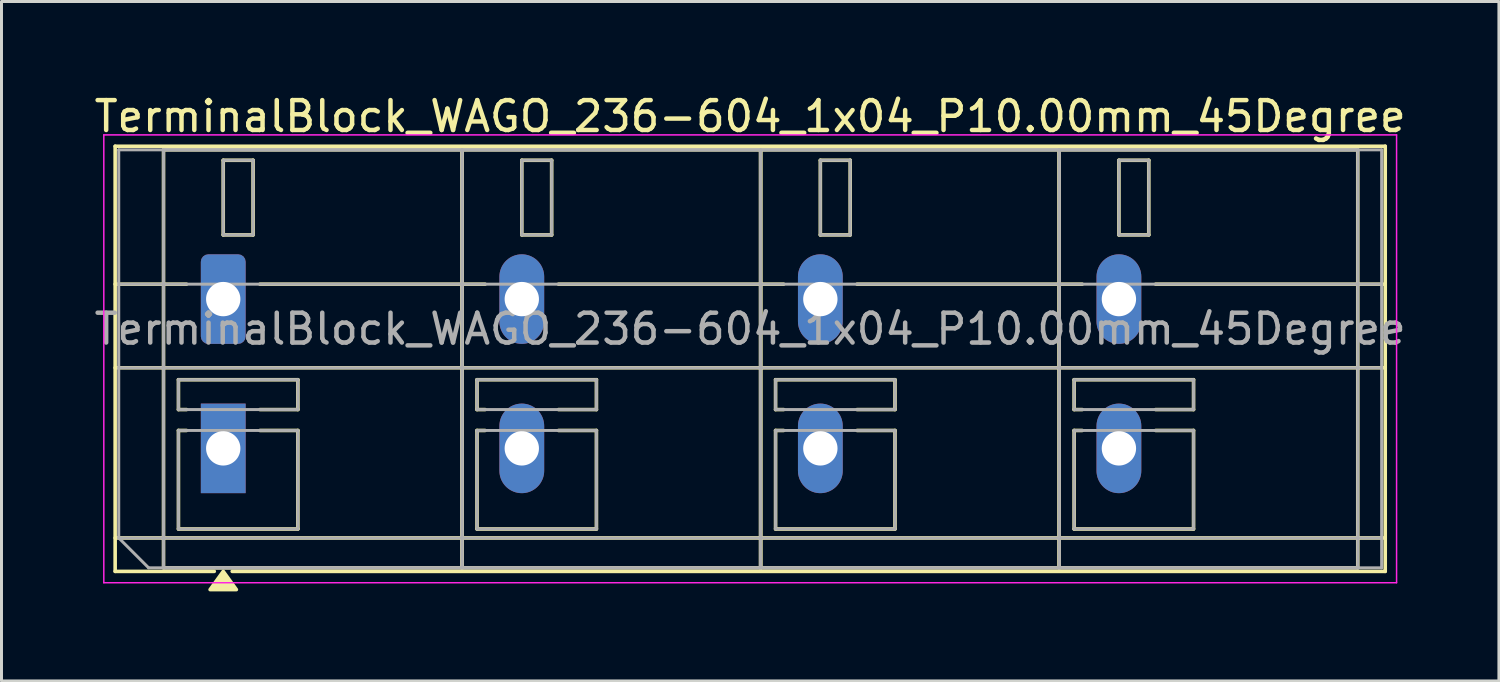
<source format=kicad_pcb>
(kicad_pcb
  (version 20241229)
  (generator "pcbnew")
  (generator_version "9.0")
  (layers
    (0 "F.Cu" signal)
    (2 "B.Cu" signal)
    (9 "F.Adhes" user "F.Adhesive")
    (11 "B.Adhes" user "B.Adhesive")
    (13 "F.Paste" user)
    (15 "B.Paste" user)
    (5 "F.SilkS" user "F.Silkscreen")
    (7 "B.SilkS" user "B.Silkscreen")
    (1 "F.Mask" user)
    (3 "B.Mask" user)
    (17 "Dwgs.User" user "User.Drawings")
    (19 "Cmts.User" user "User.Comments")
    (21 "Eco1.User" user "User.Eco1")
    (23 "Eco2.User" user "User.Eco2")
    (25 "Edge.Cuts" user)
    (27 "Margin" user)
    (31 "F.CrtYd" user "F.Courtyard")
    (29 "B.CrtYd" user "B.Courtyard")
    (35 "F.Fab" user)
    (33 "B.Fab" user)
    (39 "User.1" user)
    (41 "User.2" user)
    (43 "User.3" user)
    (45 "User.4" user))
  (footprint "TerminalBlock_WAGO_236-604_1x04_P10.00mm_45Degree"
    (layer "F.Cu")
    (at 4.427 6.968)
    (property "Reference" "TerminalBlock_WAGO_236-604_1x04_P10.00mm_45Degree" (at 17.65 -6.12 0) (layer "F.SilkS") (effects (font (size 1 1) (thickness 0.15))))
    (attr through_hole)
    (fp_line (start -3.62 -5.12) (end -3.62 9.12) (stroke (width 0.12) (type solid)) (layer "F.SilkS"))
    (fp_line (start -3.62 -5.12) (end 38.92 -5.12) (stroke (width 0.12) (type solid)) (layer "F.SilkS"))
    (fp_line (start -3.62 -0.5) (end -1.23 -0.5) (stroke (width 0.12) (type solid)) (layer "F.SilkS"))
    (fp_line (start -3.62 2.3) (end 38.92 2.3) (stroke (width 0.12) (type solid)) (layer "F.SilkS"))
    (fp_line (start -3.62 8) (end 38.92 8) (stroke (width 0.12) (type solid)) (layer "F.SilkS"))
    (fp_line (start -3.62 9.12) (end -0.3 9.12) (stroke (width 0.12) (type solid)) (layer "F.SilkS"))
    (fp_line (start -2 -5) (end -2 9) (stroke (width 0.12) (type solid)) (layer "F.SilkS"))
    (fp_line (start -2 -5) (end 8 -5) (stroke (width 0.12) (type solid)) (layer "F.SilkS"))
    (fp_line (start -2 9) (end 8 9) (stroke (width 0.12) (type solid)) (layer "F.SilkS"))
    (fp_line (start -1.5 2.7) (end -1.5 3.7) (stroke (width 0.12) (type solid)) (layer "F.SilkS"))
    (fp_line (start -1.5 2.7) (end 2.5 2.7) (stroke (width 0.12) (type solid)) (layer "F.SilkS"))
    (fp_line (start -1.5 3.7) (end -1.23 3.7) (stroke (width 0.12) (type solid)) (layer "F.SilkS"))
    (fp_line (start -1.5 4.4) (end -1.5 7.7) (stroke (width 0.12) (type solid)) (layer "F.SilkS"))
    (fp_line (start -1.5 4.4) (end -1.23 4.4) (stroke (width 0.12) (type solid)) (layer "F.SilkS"))
    (fp_line (start -1.5 7.7) (end 2.5 7.7) (stroke (width 0.12) (type solid)) (layer "F.SilkS"))
    (fp_line (start 0 -4.65) (end 0 -2.15) (stroke (width 0.12) (type solid)) (layer "F.SilkS"))
    (fp_line (start 0 -4.65) (end 1 -4.65) (stroke (width 0.12) (type solid)) (layer "F.SilkS"))
    (fp_line (start 0 -2.15) (end 1 -2.15) (stroke (width 0.12) (type solid)) (layer "F.SilkS"))
    (fp_line (start 0.3 9.12) (end 38.92 9.12) (stroke (width 0.12) (type solid)) (layer "F.SilkS"))
    (fp_line (start 1 -4.65) (end 1 -2.15) (stroke (width 0.12) (type solid)) (layer "F.SilkS"))
    (fp_line (start 1.23 -0.5) (end 8.77 -0.5) (stroke (width 0.12) (type solid)) (layer "F.SilkS"))
    (fp_line (start 1.23 3.7) (end 2.5 3.7) (stroke (width 0.12) (type solid)) (layer "F.SilkS"))
    (fp_line (start 1.23 4.4) (end 2.5 4.4) (stroke (width 0.12) (type solid)) (layer "F.SilkS"))
    (fp_line (start 2.5 2.7) (end 2.5 3.7) (stroke (width 0.12) (type solid)) (layer "F.SilkS"))
    (fp_line (start 2.5 4.4) (end 2.5 7.7) (stroke (width 0.12) (type solid)) (layer "F.SilkS"))
    (fp_line (start 8 -5) (end 8 9) (stroke (width 0.12) (type solid)) (layer "F.SilkS"))
    (fp_line (start 8 -5) (end 8 9) (stroke (width 0.12) (type solid)) (layer "F.SilkS"))
    (fp_line (start 8 -5) (end 18 -5) (stroke (width 0.12) (type solid)) (layer "F.SilkS"))
    (fp_line (start 8 9) (end 18 9) (stroke (width 0.12) (type solid)) (layer "F.SilkS"))
    (fp_line (start 8.5 2.7) (end 8.5 3.7) (stroke (width 0.12) (type solid)) (layer "F.SilkS"))
    (fp_line (start 8.5 2.7) (end 12.5 2.7) (stroke (width 0.12) (type solid)) (layer "F.SilkS"))
    (fp_line (start 8.5 3.7) (end 8.77 3.7) (stroke (width 0.12) (type solid)) (layer "F.SilkS"))
    (fp_line (start 8.5 4.4) (end 8.5 7.7) (stroke (width 0.12) (type solid)) (layer "F.SilkS"))
    (fp_line (start 8.5 4.4) (end 8.77 4.4) (stroke (width 0.12) (type solid)) (layer "F.SilkS"))
    (fp_line (start 8.5 7.7) (end 12.5 7.7) (stroke (width 0.12) (type solid)) (layer "F.SilkS"))
    (fp_line (start 10 -4.65) (end 10 -2.15) (stroke (width 0.12) (type solid)) (layer "F.SilkS"))
    (fp_line (start 10 -4.65) (end 11 -4.65) (stroke (width 0.12) (type solid)) (layer "F.SilkS"))
    (fp_line (start 10 -2.15) (end 11 -2.15) (stroke (width 0.12) (type solid)) (layer "F.SilkS"))
    (fp_line (start 11 -4.65) (end 11 -2.15) (stroke (width 0.12) (type solid)) (layer "F.SilkS"))
    (fp_line (start 11.23 -0.5) (end 18.77 -0.5) (stroke (width 0.12) (type solid)) (layer "F.SilkS"))
    (fp_line (start 11.23 3.7) (end 12.5 3.7) (stroke (width 0.12) (type solid)) (layer "F.SilkS"))
    (fp_line (start 11.23 4.4) (end 12.5 4.4) (stroke (width 0.12) (type solid)) (layer "F.SilkS"))
    (fp_line (start 12.5 2.7) (end 12.5 3.7) (stroke (width 0.12) (type solid)) (layer "F.SilkS"))
    (fp_line (start 12.5 4.4) (end 12.5 7.7) (stroke (width 0.12) (type solid)) (layer "F.SilkS"))
    (fp_line (start 18 -5) (end 18 9) (stroke (width 0.12) (type solid)) (layer "F.SilkS"))
    (fp_line (start 18 -5) (end 18 9) (stroke (width 0.12) (type solid)) (layer "F.SilkS"))
    (fp_line (start 18 -5) (end 28 -5) (stroke (width 0.12) (type solid)) (layer "F.SilkS"))
    (fp_line (start 18 9) (end 28 9) (stroke (width 0.12) (type solid)) (layer "F.SilkS"))
    (fp_line (start 18.5 2.7) (end 18.5 3.7) (stroke (width 0.12) (type solid)) (layer "F.SilkS"))
    (fp_line (start 18.5 2.7) (end 22.5 2.7) (stroke (width 0.12) (type solid)) (layer "F.SilkS"))
    (fp_line (start 18.5 3.7) (end 18.77 3.7) (stroke (width 0.12) (type solid)) (layer "F.SilkS"))
    (fp_line (start 18.5 4.4) (end 18.5 7.7) (stroke (width 0.12) (type solid)) (layer "F.SilkS"))
    (fp_line (start 18.5 4.4) (end 18.77 4.4) (stroke (width 0.12) (type solid)) (layer "F.SilkS"))
    (fp_line (start 18.5 7.7) (end 22.5 7.7) (stroke (width 0.12) (type solid)) (layer "F.SilkS"))
    (fp_line (start 20 -4.65) (end 20 -2.15) (stroke (width 0.12) (type solid)) (layer "F.SilkS"))
    (fp_line (start 20 -4.65) (end 21 -4.65) (stroke (width 0.12) (type solid)) (layer "F.SilkS"))
    (fp_line (start 20 -2.15) (end 21 -2.15) (stroke (width 0.12) (type solid)) (layer "F.SilkS"))
    (fp_line (start 21 -4.65) (end 21 -2.15) (stroke (width 0.12) (type solid)) (layer "F.SilkS"))
    (fp_line (start 21.23 -0.5) (end 28.77 -0.5) (stroke (width 0.12) (type solid)) (layer "F.SilkS"))
    (fp_line (start 21.23 3.7) (end 22.5 3.7) (stroke (width 0.12) (type solid)) (layer "F.SilkS"))
    (fp_line (start 21.23 4.4) (end 22.5 4.4) (stroke (width 0.12) (type solid)) (layer "F.SilkS"))
    (fp_line (start 22.5 2.7) (end 22.5 3.7) (stroke (width 0.12) (type solid)) (layer "F.SilkS"))
    (fp_line (start 22.5 4.4) (end 22.5 7.7) (stroke (width 0.12) (type solid)) (layer "F.SilkS"))
    (fp_line (start 28 -5) (end 28 9) (stroke (width 0.12) (type solid)) (layer "F.SilkS"))
    (fp_line (start 28 -5) (end 28 9) (stroke (width 0.12) (type solid)) (layer "F.SilkS"))
    (fp_line (start 28 -5) (end 38 -5) (stroke (width 0.12) (type solid)) (layer "F.SilkS"))
    (fp_line (start 28 9) (end 38 9) (stroke (width 0.12) (type solid)) (layer "F.SilkS"))
    (fp_line (start 28.5 2.7) (end 28.5 3.7) (stroke (width 0.12) (type solid)) (layer "F.SilkS"))
    (fp_line (start 28.5 2.7) (end 32.5 2.7) (stroke (width 0.12) (type solid)) (layer "F.SilkS"))
    (fp_line (start 28.5 3.7) (end 28.77 3.7) (stroke (width 0.12) (type solid)) (layer "F.SilkS"))
    (fp_line (start 28.5 4.4) (end 28.5 7.7) (stroke (width 0.12) (type solid)) (layer "F.SilkS"))
    (fp_line (start 28.5 4.4) (end 28.77 4.4) (stroke (width 0.12) (type solid)) (layer "F.SilkS"))
    (fp_line (start 28.5 7.7) (end 32.5 7.7) (stroke (width 0.12) (type solid)) (layer "F.SilkS"))
    (fp_line (start 30 -4.65) (end 30 -2.15) (stroke (width 0.12) (type solid)) (layer "F.SilkS"))
    (fp_line (start 30 -4.65) (end 31 -4.65) (stroke (width 0.12) (type solid)) (layer "F.SilkS"))
    (fp_line (start 30 -2.15) (end 31 -2.15) (stroke (width 0.12) (type solid)) (layer "F.SilkS"))
    (fp_line (start 31 -4.65) (end 31 -2.15) (stroke (width 0.12) (type solid)) (layer "F.SilkS"))
    (fp_line (start 31.23 -0.5) (end 38.92 -0.5) (stroke (width 0.12) (type solid)) (layer "F.SilkS"))
    (fp_line (start 31.23 3.7) (end 32.5 3.7) (stroke (width 0.12) (type solid)) (layer "F.SilkS"))
    (fp_line (start 31.23 4.4) (end 32.5 4.4) (stroke (width 0.12) (type solid)) (layer "F.SilkS"))
    (fp_line (start 32.5 2.7) (end 32.5 3.7) (stroke (width 0.12) (type solid)) (layer "F.SilkS"))
    (fp_line (start 32.5 4.4) (end 32.5 7.7) (stroke (width 0.12) (type solid)) (layer "F.SilkS"))
    (fp_line (start 38 -5) (end 38 9) (stroke (width 0.12) (type solid)) (layer "F.SilkS"))
    (fp_line (start 38.92 -5.12) (end 38.92 9.12) (stroke (width 0.12) (type solid)) (layer "F.SilkS"))
    (fp_poly (pts (xy 0 9.12) (xy 0.44 9.73) (xy -0.44 9.73)) (stroke (width 0.12) (type solid)) (fill yes) (layer "F.SilkS"))
    (fp_line (start -4 -5.5) (end -4 9.5) (stroke (width 0.05) (type solid)) (layer "F.CrtYd"))
    (fp_line (start -4 9.5) (end 39.3 9.5) (stroke (width 0.05) (type solid)) (layer "F.CrtYd"))
    (fp_line (start 39.3 -5.5) (end -4 -5.5) (stroke (width 0.05) (type solid)) (layer "F.CrtYd"))
    (fp_line (start 39.3 9.5) (end 39.3 -5.5) (stroke (width 0.05) (type solid)) (layer "F.CrtYd"))
    (fp_line (start -3.5 -5) (end 38.8 -5) (stroke (width 0.1) (type solid)) (layer "F.Fab"))
    (fp_line (start -3.5 -0.5) (end 38.8 -0.5) (stroke (width 0.1) (type solid)) (layer "F.Fab"))
    (fp_line (start -3.5 2.3) (end 38.8 2.3) (stroke (width 0.1) (type solid)) (layer "F.Fab"))
    (fp_line (start -3.5 8) (end -3.5 -5) (stroke (width 0.1) (type solid)) (layer "F.Fab"))
    (fp_line (start -3.5 8) (end 38.8 8) (stroke (width 0.1) (type solid)) (layer "F.Fab"))
    (fp_line (start -2.5 9) (end -3.5 8) (stroke (width 0.1) (type solid)) (layer "F.Fab"))
    (fp_line (start -2 -5) (end -2 9) (stroke (width 0.1) (type solid)) (layer "F.Fab"))
    (fp_line (start -2 9) (end 8 9) (stroke (width 0.1) (type solid)) (layer "F.Fab"))
    (fp_line (start -1.5 2.7) (end -1.5 3.7) (stroke (width 0.1) (type solid)) (layer "F.Fab"))
    (fp_line (start -1.5 3.7) (end 2.5 3.7) (stroke (width 0.1) (type solid)) (layer "F.Fab"))
    (fp_line (start -1.5 4.4) (end -1.5 7.7) (stroke (width 0.1) (type solid)) (layer "F.Fab"))
    (fp_line (start -1.5 7.7) (end 2.5 7.7) (stroke (width 0.1) (type solid)) (layer "F.Fab"))
    (fp_line (start 0 -4.65) (end 0 -2.15) (stroke (width 0.1) (type solid)) (layer "F.Fab"))
    (fp_line (start 0 -2.15) (end 1 -2.15) (stroke (width 0.1) (type solid)) (layer "F.Fab"))
    (fp_line (start 1 -4.65) (end 0 -4.65) (stroke (width 0.1) (type solid)) (layer "F.Fab"))
    (fp_line (start 1 -2.15) (end 1 -4.65) (stroke (width 0.1) (type solid)) (layer "F.Fab"))
    (fp_line (start 2.5 2.7) (end -1.5 2.7) (stroke (width 0.1) (type solid)) (layer "F.Fab"))
    (fp_line (start 2.5 3.7) (end 2.5 2.7) (stroke (width 0.1) (type solid)) (layer "F.Fab"))
    (fp_line (start 2.5 4.4) (end -1.5 4.4) (stroke (width 0.1) (type solid)) (layer "F.Fab"))
    (fp_line (start 2.5 7.7) (end 2.5 4.4) (stroke (width 0.1) (type solid)) (layer "F.Fab"))
    (fp_line (start 8 -5) (end -2 -5) (stroke (width 0.1) (type solid)) (layer "F.Fab"))
    (fp_line (start 8 -5) (end 8 9) (stroke (width 0.1) (type solid)) (layer "F.Fab"))
    (fp_line (start 8 9) (end 8 -5) (stroke (width 0.1) (type solid)) (layer "F.Fab"))
    (fp_line (start 8 9) (end 18 9) (stroke (width 0.1) (type solid)) (layer "F.Fab"))
    (fp_line (start 8.5 2.7) (end 8.5 3.7) (stroke (width 0.1) (type solid)) (layer "F.Fab"))
    (fp_line (start 8.5 3.7) (end 12.5 3.7) (stroke (width 0.1) (type solid)) (layer "F.Fab"))
    (fp_line (start 8.5 4.4) (end 8.5 7.7) (stroke (width 0.1) (type solid)) (layer "F.Fab"))
    (fp_line (start 8.5 7.7) (end 12.5 7.7) (stroke (width 0.1) (type solid)) (layer "F.Fab"))
    (fp_line (start 10 -4.65) (end 10 -2.15) (stroke (width 0.1) (type solid)) (layer "F.Fab"))
    (fp_line (start 10 -2.15) (end 11 -2.15) (stroke (width 0.1) (type solid)) (layer "F.Fab"))
    (fp_line (start 11 -4.65) (end 10 -4.65) (stroke (width 0.1) (type solid)) (layer "F.Fab"))
    (fp_line (start 11 -2.15) (end 11 -4.65) (stroke (width 0.1) (type solid)) (layer "F.Fab"))
    (fp_line (start 12.5 2.7) (end 8.5 2.7) (stroke (width 0.1) (type solid)) (layer "F.Fab"))
    (fp_line (start 12.5 3.7) (end 12.5 2.7) (stroke (width 0.1) (type solid)) (layer "F.Fab"))
    (fp_line (start 12.5 4.4) (end 8.5 4.4) (stroke (width 0.1) (type solid)) (layer "F.Fab"))
    (fp_line (start 12.5 7.7) (end 12.5 4.4) (stroke (width 0.1) (type solid)) (layer "F.Fab"))
    (fp_line (start 18 -5) (end 8 -5) (stroke (width 0.1) (type solid)) (layer "F.Fab"))
    (fp_line (start 18 -5) (end 18 9) (stroke (width 0.1) (type solid)) (layer "F.Fab"))
    (fp_line (start 18 9) (end 18 -5) (stroke (width 0.1) (type solid)) (layer "F.Fab"))
    (fp_line (start 18 9) (end 28 9) (stroke (width 0.1) (type solid)) (layer "F.Fab"))
    (fp_line (start 18.5 2.7) (end 18.5 3.7) (stroke (width 0.1) (type solid)) (layer "F.Fab"))
    (fp_line (start 18.5 3.7) (end 22.5 3.7) (stroke (width 0.1) (type solid)) (layer "F.Fab"))
    (fp_line (start 18.5 4.4) (end 18.5 7.7) (stroke (width 0.1) (type solid)) (layer "F.Fab"))
    (fp_line (start 18.5 7.7) (end 22.5 7.7) (stroke (width 0.1) (type solid)) (layer "F.Fab"))
    (fp_line (start 20 -4.65) (end 20 -2.15) (stroke (width 0.1) (type solid)) (layer "F.Fab"))
    (fp_line (start 20 -2.15) (end 21 -2.15) (stroke (width 0.1) (type solid)) (layer "F.Fab"))
    (fp_line (start 21 -4.65) (end 20 -4.65) (stroke (width 0.1) (type solid)) (layer "F.Fab"))
    (fp_line (start 21 -2.15) (end 21 -4.65) (stroke (width 0.1) (type solid)) (layer "F.Fab"))
    (fp_line (start 22.5 2.7) (end 18.5 2.7) (stroke (width 0.1) (type solid)) (layer "F.Fab"))
    (fp_line (start 22.5 3.7) (end 22.5 2.7) (stroke (width 0.1) (type solid)) (layer "F.Fab"))
    (fp_line (start 22.5 4.4) (end 18.5 4.4) (stroke (width 0.1) (type solid)) (layer "F.Fab"))
    (fp_line (start 22.5 7.7) (end 22.5 4.4) (stroke (width 0.1) (type solid)) (layer "F.Fab"))
    (fp_line (start 28 -5) (end 18 -5) (stroke (width 0.1) (type solid)) (layer "F.Fab"))
    (fp_line (start 28 -5) (end 28 9) (stroke (width 0.1) (type solid)) (layer "F.Fab"))
    (fp_line (start 28 9) (end 28 -5) (stroke (width 0.1) (type solid)) (layer "F.Fab"))
    (fp_line (start 28 9) (end 38 9) (stroke (width 0.1) (type solid)) (layer "F.Fab"))
    (fp_line (start 28.5 2.7) (end 28.5 3.7) (stroke (width 0.1) (type solid)) (layer "F.Fab"))
    (fp_line (start 28.5 3.7) (end 32.5 3.7) (stroke (width 0.1) (type solid)) (layer "F.Fab"))
    (fp_line (start 28.5 4.4) (end 28.5 7.7) (stroke (width 0.1) (type solid)) (layer "F.Fab"))
    (fp_line (start 28.5 7.7) (end 32.5 7.7) (stroke (width 0.1) (type solid)) (layer "F.Fab"))
    (fp_line (start 30 -4.65) (end 30 -2.15) (stroke (width 0.1) (type solid)) (layer "F.Fab"))
    (fp_line (start 30 -2.15) (end 31 -2.15) (stroke (width 0.1) (type solid)) (layer "F.Fab"))
    (fp_line (start 31 -4.65) (end 30 -4.65) (stroke (width 0.1) (type solid)) (layer "F.Fab"))
    (fp_line (start 31 -2.15) (end 31 -4.65) (stroke (width 0.1) (type solid)) (layer "F.Fab"))
    (fp_line (start 32.5 2.7) (end 28.5 2.7) (stroke (width 0.1) (type solid)) (layer "F.Fab"))
    (fp_line (start 32.5 3.7) (end 32.5 2.7) (stroke (width 0.1) (type solid)) (layer "F.Fab"))
    (fp_line (start 32.5 4.4) (end 28.5 4.4) (stroke (width 0.1) (type solid)) (layer "F.Fab"))
    (fp_line (start 32.5 7.7) (end 32.5 4.4) (stroke (width 0.1) (type solid)) (layer "F.Fab"))
    (fp_line (start 38 -5) (end 28 -5) (stroke (width 0.1) (type solid)) (layer "F.Fab"))
    (fp_line (start 38 9) (end 38 -5) (stroke (width 0.1) (type solid)) (layer "F.Fab"))
    (fp_line (start 38.8 -5) (end 38.8 9) (stroke (width 0.1) (type solid)) (layer "F.Fab"))
    (fp_line (start 38.8 9) (end -2.5 9) (stroke (width 0.1) (type solid)) (layer "F.Fab"))
    (fp_text user "${REFERENCE}" (at 17.65 1 0) (layer "F.Fab") (effects (font (size 1 1) (thickness 0.15))))
    (pad "1" thru_hole roundrect (at 0 0) (size 1.5 3) (drill 1.15) (layers "*.Cu" "*.Mask") (roundrect_rratio 0.167))
    (pad "1" thru_hole rect (at 0 5) (size 1.5 3) (drill 1.15) (layers "*.Cu" "*.Mask"))
    (pad "2" thru_hole oval (at 10 0) (size 1.5 3) (drill 1.15) (layers "*.Cu" "*.Mask"))
    (pad "2" thru_hole oval (at 10 5) (size 1.5 3) (drill 1.15) (layers "*.Cu" "*.Mask"))
    (pad "3" thru_hole oval (at 20 0) (size 1.5 3) (drill 1.15) (layers "*.Cu" "*.Mask"))
    (pad "3" thru_hole oval (at 20 5) (size 1.5 3) (drill 1.15) (layers "*.Cu" "*.Mask"))
    (pad "4" thru_hole oval (at 30 0) (size 1.5 3) (drill 1.15) (layers "*.Cu" "*.Mask"))
    (pad "4" thru_hole oval (at 30 5) (size 1.5 3) (drill 1.15) (layers "*.Cu" "*.Mask")))
  (gr_rect
    (start -3 -3)
    (end 47.155 19.758)
    (stroke (width 0.1) (type default))
    (fill no)
    (layer "Edge.Cuts")))
</source>
